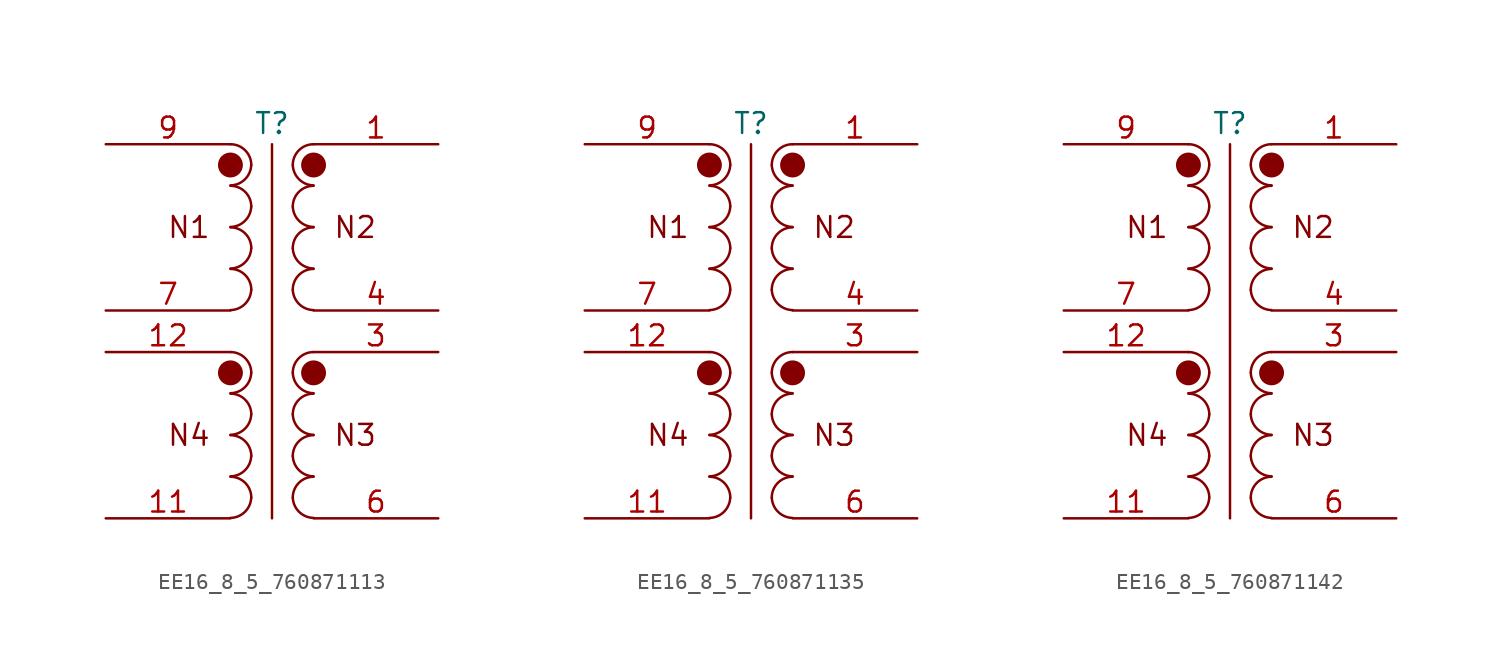
<source format=kicad_sym>
(kicad_symbol_lib
  (version 20220914)
  (generator kicad_symbol_editor)
  (symbol "EE16_8_5_760871113"
    (pin_names hide)
    (property "Reference" "T"
      (at 0 12.7 0)
      (effects (font (size 1.27 1.27))))
    (property "Critical Parameter" ""
      (at 0 -5.08 0)
      (effects (font (size 1.27 1.27)) (justify left)))
    (symbol "EE16_8_5_760871113_0_1"
      (arc (start -2.54 -11.4046) (mid -1.6561 -11.0363) (end -1.27 -10.16) (stroke (width 0) (type default)) (fill (type none)))
      (arc (start -2.54 -8.8646) (mid -1.6561 -8.4963) (end -1.27 -7.62) (stroke (width 0) (type default)) (fill (type none)))
      (arc (start -2.54 -6.3246) (mid -1.6561 -5.9563) (end -1.27 -5.08) (stroke (width 0) (type default)) (fill (type none)))
      (arc (start -2.54 -3.7846) (mid -1.6561 -3.4163) (end -1.27 -2.54) (stroke (width 0) (type default)) (fill (type none)))
      (arc (start -2.54 1.2954) (mid -1.6561 1.6637) (end -1.27 2.54) (stroke (width 0) (type default)) (fill (type none)))
      (arc (start -2.54 3.8354) (mid -1.6561 4.2037) (end -1.27 5.08) (stroke (width 0) (type default)) (fill (type none)))
      (arc (start -2.54 6.3754) (mid -1.6561 6.7437) (end -1.27 7.62) (stroke (width 0) (type default)) (fill (type none)))
      (arc (start -2.54 8.9154) (mid -1.6561 9.2837) (end -1.27 10.16) (stroke (width 0) (type default)) (fill (type none)))
      (arc (start -1.27 -10.16) (mid -1.642 -9.262) (end -2.54 -8.89) (stroke (width 0) (type default)) (fill (type none)))
      (arc (start -1.27 -7.62) (mid -1.642 -6.722) (end -2.54 -6.35) (stroke (width 0) (type default)) (fill (type none)))
      (arc (start -1.27 -5.08) (mid -1.642 -4.182) (end -2.54 -3.81) (stroke (width 0) (type default)) (fill (type none)))
      (arc (start -1.27 -2.54) (mid -1.642 -1.642) (end -2.54 -1.27) (stroke (width 0) (type default)) (fill (type none)))
      (arc (start -1.27 2.54) (mid -1.642 3.438) (end -2.54 3.81) (stroke (width 0) (type default)) (fill (type none)))
      (arc (start -1.27 5.08) (mid -1.642 5.978) (end -2.54 6.35) (stroke (width 0) (type default)) (fill (type none)))
      (arc (start -1.27 7.62) (mid -1.642 8.518) (end -2.54 8.89) (stroke (width 0) (type default)) (fill (type none)))
      (arc (start -1.27 10.16) (mid -1.642 11.058) (end -2.54 11.43) (stroke (width 0) (type default)) (fill (type none)))
      (polyline (pts (xy 0 -11.43) (xy 0 11.43)) (stroke (width 0) (type default)) (fill (type none)))
      (arc (start 1.27 -10.16) (mid 1.6561 -11.0363) (end 2.54 -11.4046) (stroke (width 0) (type default)) (fill (type none)))
      (arc (start 1.27 -7.62) (mid 1.6561 -8.4963) (end 2.54 -8.8646) (stroke (width 0) (type default)) (fill (type none)))
      (arc (start 1.27 -5.08) (mid 1.6561 -5.9563) (end 2.54 -6.3246) (stroke (width 0) (type default)) (fill (type none)))
      (arc (start 1.27 -2.54) (mid 1.6561 -3.4163) (end 2.54 -3.7846) (stroke (width 0) (type default)) (fill (type none)))
      (arc (start 1.27 2.54) (mid 1.6561 1.6637) (end 2.54 1.2954) (stroke (width 0) (type default)) (fill (type none)))
      (arc (start 1.27 5.08) (mid 1.6561 4.2037) (end 2.54 3.8354) (stroke (width 0) (type default)) (fill (type none)))
      (arc (start 1.27 7.62) (mid 1.6561 6.7437) (end 2.54 6.3754) (stroke (width 0) (type default)) (fill (type none)))
      (arc (start 1.27 10.16) (mid 1.6561 9.2837) (end 2.54 8.9154) (stroke (width 0) (type default)) (fill (type none)))
      (arc (start 2.54 -8.89) (mid 1.642 -9.262) (end 1.27 -10.16) (stroke (width 0) (type default)) (fill (type none)))
      (arc (start 2.54 -6.35) (mid 1.642 -6.722) (end 1.27 -7.62) (stroke (width 0) (type default)) (fill (type none)))
      (arc (start 2.54 -3.81) (mid 1.642 -4.182) (end 1.27 -5.08) (stroke (width 0) (type default)) (fill (type none)))
      (arc (start 2.54 -1.27) (mid 1.642 -1.642) (end 1.27 -2.54) (stroke (width 0) (type default)) (fill (type none)))
      (arc (start 2.54 3.81) (mid 1.642 3.438) (end 1.27 2.54) (stroke (width 0) (type default)) (fill (type none)))
      (arc (start 2.54 6.35) (mid 1.642 5.978) (end 1.27 5.08) (stroke (width 0) (type default)) (fill (type none)))
      (arc (start 2.54 8.89) (mid 1.642 8.518) (end 1.27 7.62) (stroke (width 0) (type default)) (fill (type none)))
      (arc (start 2.54 11.43) (mid 1.642 11.058) (end 1.27 10.16) (stroke (width 0) (type default)) (fill (type none))))
    (symbol "EE16_8_5_760871113_1_1"
      (circle (center -2.54 -2.54) (radius 0.0001) (stroke (width 0.762) (type default)) (fill (type none)))
      (circle (center -2.54 10.16) (radius 0.0001) (stroke (width 0.762) (type default)) (fill (type none)))
      (circle (center 2.54 -2.54) (radius 0.0001) (stroke (width 0.762) (type default)) (fill (type none)))
      (circle (center 2.54 10.16) (radius 0.0001) (stroke (width 0.762) (type default)) (fill (type none)))
      (text "N1" (at -5.08 6.35 0) (effects (font (size 1.27 1.27))))
      (text "N2" (at 5.08 6.35 0) (effects (font (size 1.27 1.27))))
      (text "N3" (at 5.08 -6.35 0) (effects (font (size 1.27 1.27))))
      (text "N4" (at -5.08 -6.35 0) (effects (font (size 1.27 1.27))))
      (pin passive line (at 10.16 11.43 180) (length 7.62) (name "1" (effects (font (size 1.27 1.27)))) (number "1" (effects (font (size 1.27 1.27)))))
      (pin passive line (at -10.16 -11.43 0) (length 7.62) (name "11" (effects (font (size 1.27 1.27)))) (number "11" (effects (font (size 1.27 1.27)))))
      (pin passive line (at -10.16 -1.27 0) (length 7.62) (name "12" (effects (font (size 1.27 1.27)))) (number "12" (effects (font (size 1.27 1.27)))))
      (pin passive line (at 10.16 -1.27 180) (length 7.62) (name "3" (effects (font (size 1.27 1.27)))) (number "3" (effects (font (size 1.27 1.27)))))
      (pin passive line (at 10.16 1.27 180) (length 7.62) (name "4" (effects (font (size 1.27 1.27)))) (number "4" (effects (font (size 1.27 1.27)))))
      (pin passive line (at 10.16 -11.43 180) (length 7.62) (name "6" (effects (font (size 1.27 1.27)))) (number "6" (effects (font (size 1.27 1.27)))))
      (pin passive line (at -10.16 1.27 0) (length 7.62) (name "7" (effects (font (size 1.27 1.27)))) (number "7" (effects (font (size 1.27 1.27)))))
      (pin passive line (at -10.16 11.43 0) (length 7.62) (name "9" (effects (font (size 1.27 1.27)))) (number "9" (effects (font (size 1.27 1.27)))))))
  (symbol "EE16_8_5_760871135"
    (pin_names hide)
    (property "Reference" "T"
      (at 0 12.7 0)
      (effects (font (size 1.27 1.27))))
    (property "Critical Parameter" ""
      (at 0 -5.08 0)
      (effects (font (size 1.27 1.27)) (justify left)))
    (symbol "EE16_8_5_760871135_0_1"
      (arc (start -2.54 -11.4046) (mid -1.6561 -11.0363) (end -1.27 -10.16) (stroke (width 0) (type default)) (fill (type none)))
      (arc (start -2.54 -8.8646) (mid -1.6561 -8.4963) (end -1.27 -7.62) (stroke (width 0) (type default)) (fill (type none)))
      (arc (start -2.54 -6.3246) (mid -1.6561 -5.9563) (end -1.27 -5.08) (stroke (width 0) (type default)) (fill (type none)))
      (arc (start -2.54 -3.7846) (mid -1.6561 -3.4163) (end -1.27 -2.54) (stroke (width 0) (type default)) (fill (type none)))
      (arc (start -2.54 1.2954) (mid -1.6561 1.6637) (end -1.27 2.54) (stroke (width 0) (type default)) (fill (type none)))
      (arc (start -2.54 3.8354) (mid -1.6561 4.2037) (end -1.27 5.08) (stroke (width 0) (type default)) (fill (type none)))
      (arc (start -2.54 6.3754) (mid -1.6561 6.7437) (end -1.27 7.62) (stroke (width 0) (type default)) (fill (type none)))
      (arc (start -2.54 8.9154) (mid -1.6561 9.2837) (end -1.27 10.16) (stroke (width 0) (type default)) (fill (type none)))
      (arc (start -1.27 -10.16) (mid -1.642 -9.262) (end -2.54 -8.89) (stroke (width 0) (type default)) (fill (type none)))
      (arc (start -1.27 -7.62) (mid -1.642 -6.722) (end -2.54 -6.35) (stroke (width 0) (type default)) (fill (type none)))
      (arc (start -1.27 -5.08) (mid -1.642 -4.182) (end -2.54 -3.81) (stroke (width 0) (type default)) (fill (type none)))
      (arc (start -1.27 -2.54) (mid -1.642 -1.642) (end -2.54 -1.27) (stroke (width 0) (type default)) (fill (type none)))
      (arc (start -1.27 2.54) (mid -1.642 3.438) (end -2.54 3.81) (stroke (width 0) (type default)) (fill (type none)))
      (arc (start -1.27 5.08) (mid -1.642 5.978) (end -2.54 6.35) (stroke (width 0) (type default)) (fill (type none)))
      (arc (start -1.27 7.62) (mid -1.642 8.518) (end -2.54 8.89) (stroke (width 0) (type default)) (fill (type none)))
      (arc (start -1.27 10.16) (mid -1.642 11.058) (end -2.54 11.43) (stroke (width 0) (type default)) (fill (type none)))
      (polyline (pts (xy 0 -11.43) (xy 0 11.43)) (stroke (width 0) (type default)) (fill (type none)))
      (arc (start 1.27 -10.16) (mid 1.6561 -11.0363) (end 2.54 -11.4046) (stroke (width 0) (type default)) (fill (type none)))
      (arc (start 1.27 -7.62) (mid 1.6561 -8.4963) (end 2.54 -8.8646) (stroke (width 0) (type default)) (fill (type none)))
      (arc (start 1.27 -5.08) (mid 1.6561 -5.9563) (end 2.54 -6.3246) (stroke (width 0) (type default)) (fill (type none)))
      (arc (start 1.27 -2.54) (mid 1.6561 -3.4163) (end 2.54 -3.7846) (stroke (width 0) (type default)) (fill (type none)))
      (arc (start 1.27 2.54) (mid 1.6561 1.6637) (end 2.54 1.2954) (stroke (width 0) (type default)) (fill (type none)))
      (arc (start 1.27 5.08) (mid 1.6561 4.2037) (end 2.54 3.8354) (stroke (width 0) (type default)) (fill (type none)))
      (arc (start 1.27 7.62) (mid 1.6561 6.7437) (end 2.54 6.3754) (stroke (width 0) (type default)) (fill (type none)))
      (arc (start 1.27 10.16) (mid 1.6561 9.2837) (end 2.54 8.9154) (stroke (width 0) (type default)) (fill (type none)))
      (arc (start 2.54 -8.89) (mid 1.642 -9.262) (end 1.27 -10.16) (stroke (width 0) (type default)) (fill (type none)))
      (arc (start 2.54 -6.35) (mid 1.642 -6.722) (end 1.27 -7.62) (stroke (width 0) (type default)) (fill (type none)))
      (arc (start 2.54 -3.81) (mid 1.642 -4.182) (end 1.27 -5.08) (stroke (width 0) (type default)) (fill (type none)))
      (arc (start 2.54 -1.27) (mid 1.642 -1.642) (end 1.27 -2.54) (stroke (width 0) (type default)) (fill (type none)))
      (arc (start 2.54 3.81) (mid 1.642 3.438) (end 1.27 2.54) (stroke (width 0) (type default)) (fill (type none)))
      (arc (start 2.54 6.35) (mid 1.642 5.978) (end 1.27 5.08) (stroke (width 0) (type default)) (fill (type none)))
      (arc (start 2.54 8.89) (mid 1.642 8.518) (end 1.27 7.62) (stroke (width 0) (type default)) (fill (type none)))
      (arc (start 2.54 11.43) (mid 1.642 11.058) (end 1.27 10.16) (stroke (width 0) (type default)) (fill (type none))))
    (symbol "EE16_8_5_760871135_1_1"
      (circle (center -2.54 -2.54) (radius 0.0001) (stroke (width 0.762) (type default)) (fill (type none)))
      (circle (center -2.54 10.16) (radius 0.0001) (stroke (width 0.762) (type default)) (fill (type none)))
      (circle (center 2.54 -2.54) (radius 0.0001) (stroke (width 0.762) (type default)) (fill (type none)))
      (circle (center 2.54 10.16) (radius 0.0001) (stroke (width 0.762) (type default)) (fill (type none)))
      (text "N1" (at -5.08 6.35 0) (effects (font (size 1.27 1.27))))
      (text "N2" (at 5.08 6.35 0) (effects (font (size 1.27 1.27))))
      (text "N3" (at 5.08 -6.35 0) (effects (font (size 1.27 1.27))))
      (text "N4" (at -5.08 -6.35 0) (effects (font (size 1.27 1.27))))
      (pin passive line (at 10.16 11.43 180) (length 7.62) (name "1" (effects (font (size 1.27 1.27)))) (number "1" (effects (font (size 1.27 1.27)))))
      (pin passive line (at -10.16 -11.43 0) (length 7.62) (name "11" (effects (font (size 1.27 1.27)))) (number "11" (effects (font (size 1.27 1.27)))))
      (pin passive line (at -10.16 -1.27 0) (length 7.62) (name "12" (effects (font (size 1.27 1.27)))) (number "12" (effects (font (size 1.27 1.27)))))
      (pin passive line (at 10.16 -1.27 180) (length 7.62) (name "3" (effects (font (size 1.27 1.27)))) (number "3" (effects (font (size 1.27 1.27)))))
      (pin passive line (at 10.16 1.27 180) (length 7.62) (name "4" (effects (font (size 1.27 1.27)))) (number "4" (effects (font (size 1.27 1.27)))))
      (pin passive line (at 10.16 -11.43 180) (length 7.62) (name "6" (effects (font (size 1.27 1.27)))) (number "6" (effects (font (size 1.27 1.27)))))
      (pin passive line (at -10.16 1.27 0) (length 7.62) (name "7" (effects (font (size 1.27 1.27)))) (number "7" (effects (font (size 1.27 1.27)))))
      (pin passive line (at -10.16 11.43 0) (length 7.62) (name "9" (effects (font (size 1.27 1.27)))) (number "9" (effects (font (size 1.27 1.27)))))))
  (symbol "EE16_8_5_760871142"
    (pin_names hide)
    (property "Reference" "T"
      (at 0 12.7 0)
      (effects (font (size 1.27 1.27))))
    (property "Critical Parameter" ""
      (at 0 -5.08 0)
      (effects (font (size 1.27 1.27)) (justify left)))
    (symbol "EE16_8_5_760871142_0_1"
      (arc (start -2.54 -11.4046) (mid -1.6561 -11.0363) (end -1.27 -10.16) (stroke (width 0) (type default)) (fill (type none)))
      (arc (start -2.54 -8.8646) (mid -1.6561 -8.4963) (end -1.27 -7.62) (stroke (width 0) (type default)) (fill (type none)))
      (arc (start -2.54 -6.3246) (mid -1.6561 -5.9563) (end -1.27 -5.08) (stroke (width 0) (type default)) (fill (type none)))
      (arc (start -2.54 -3.7846) (mid -1.6561 -3.4163) (end -1.27 -2.54) (stroke (width 0) (type default)) (fill (type none)))
      (arc (start -2.54 1.2954) (mid -1.6561 1.6637) (end -1.27 2.54) (stroke (width 0) (type default)) (fill (type none)))
      (arc (start -2.54 3.8354) (mid -1.6561 4.2037) (end -1.27 5.08) (stroke (width 0) (type default)) (fill (type none)))
      (arc (start -2.54 6.3754) (mid -1.6561 6.7437) (end -1.27 7.62) (stroke (width 0) (type default)) (fill (type none)))
      (arc (start -2.54 8.9154) (mid -1.6561 9.2837) (end -1.27 10.16) (stroke (width 0) (type default)) (fill (type none)))
      (arc (start -1.27 -10.16) (mid -1.642 -9.262) (end -2.54 -8.89) (stroke (width 0) (type default)) (fill (type none)))
      (arc (start -1.27 -7.62) (mid -1.642 -6.722) (end -2.54 -6.35) (stroke (width 0) (type default)) (fill (type none)))
      (arc (start -1.27 -5.08) (mid -1.642 -4.182) (end -2.54 -3.81) (stroke (width 0) (type default)) (fill (type none)))
      (arc (start -1.27 -2.54) (mid -1.642 -1.642) (end -2.54 -1.27) (stroke (width 0) (type default)) (fill (type none)))
      (arc (start -1.27 2.54) (mid -1.642 3.438) (end -2.54 3.81) (stroke (width 0) (type default)) (fill (type none)))
      (arc (start -1.27 5.08) (mid -1.642 5.978) (end -2.54 6.35) (stroke (width 0) (type default)) (fill (type none)))
      (arc (start -1.27 7.62) (mid -1.642 8.518) (end -2.54 8.89) (stroke (width 0) (type default)) (fill (type none)))
      (arc (start -1.27 10.16) (mid -1.642 11.058) (end -2.54 11.43) (stroke (width 0) (type default)) (fill (type none)))
      (polyline (pts (xy 0 -11.43) (xy 0 11.43)) (stroke (width 0) (type default)) (fill (type none)))
      (arc (start 1.27 -10.16) (mid 1.6561 -11.0363) (end 2.54 -11.4046) (stroke (width 0) (type default)) (fill (type none)))
      (arc (start 1.27 -7.62) (mid 1.6561 -8.4963) (end 2.54 -8.8646) (stroke (width 0) (type default)) (fill (type none)))
      (arc (start 1.27 -5.08) (mid 1.6561 -5.9563) (end 2.54 -6.3246) (stroke (width 0) (type default)) (fill (type none)))
      (arc (start 1.27 -2.54) (mid 1.6561 -3.4163) (end 2.54 -3.7846) (stroke (width 0) (type default)) (fill (type none)))
      (arc (start 1.27 2.54) (mid 1.6561 1.6637) (end 2.54 1.2954) (stroke (width 0) (type default)) (fill (type none)))
      (arc (start 1.27 5.08) (mid 1.6561 4.2037) (end 2.54 3.8354) (stroke (width 0) (type default)) (fill (type none)))
      (arc (start 1.27 7.62) (mid 1.6561 6.7437) (end 2.54 6.3754) (stroke (width 0) (type default)) (fill (type none)))
      (arc (start 1.27 10.16) (mid 1.6561 9.2837) (end 2.54 8.9154) (stroke (width 0) (type default)) (fill (type none)))
      (arc (start 2.54 -8.89) (mid 1.642 -9.262) (end 1.27 -10.16) (stroke (width 0) (type default)) (fill (type none)))
      (arc (start 2.54 -6.35) (mid 1.642 -6.722) (end 1.27 -7.62) (stroke (width 0) (type default)) (fill (type none)))
      (arc (start 2.54 -3.81) (mid 1.642 -4.182) (end 1.27 -5.08) (stroke (width 0) (type default)) (fill (type none)))
      (arc (start 2.54 -1.27) (mid 1.642 -1.642) (end 1.27 -2.54) (stroke (width 0) (type default)) (fill (type none)))
      (arc (start 2.54 3.81) (mid 1.642 3.438) (end 1.27 2.54) (stroke (width 0) (type default)) (fill (type none)))
      (arc (start 2.54 6.35) (mid 1.642 5.978) (end 1.27 5.08) (stroke (width 0) (type default)) (fill (type none)))
      (arc (start 2.54 8.89) (mid 1.642 8.518) (end 1.27 7.62) (stroke (width 0) (type default)) (fill (type none)))
      (arc (start 2.54 11.43) (mid 1.642 11.058) (end 1.27 10.16) (stroke (width 0) (type default)) (fill (type none))))
    (symbol "EE16_8_5_760871142_1_1"
      (circle (center -2.54 -2.54) (radius 0.0001) (stroke (width 0.762) (type default)) (fill (type none)))
      (circle (center -2.54 10.16) (radius 0.0001) (stroke (width 0.762) (type default)) (fill (type none)))
      (circle (center 2.54 -2.54) (radius 0.0001) (stroke (width 0.762) (type default)) (fill (type none)))
      (circle (center 2.54 10.16) (radius 0.0001) (stroke (width 0.762) (type default)) (fill (type none)))
      (text "N1" (at -5.08 6.35 0) (effects (font (size 1.27 1.27))))
      (text "N2" (at 5.08 6.35 0) (effects (font (size 1.27 1.27))))
      (text "N3" (at 5.08 -6.35 0) (effects (font (size 1.27 1.27))))
      (text "N4" (at -5.08 -6.35 0) (effects (font (size 1.27 1.27))))
      (pin passive line (at 10.16 11.43 180) (length 7.62) (name "1" (effects (font (size 1.27 1.27)))) (number "1" (effects (font (size 1.27 1.27)))))
      (pin passive line (at -10.16 -11.43 0) (length 7.62) (name "11" (effects (font (size 1.27 1.27)))) (number "11" (effects (font (size 1.27 1.27)))))
      (pin passive line (at -10.16 -1.27 0) (length 7.62) (name "12" (effects (font (size 1.27 1.27)))) (number "12" (effects (font (size 1.27 1.27)))))
      (pin passive line (at 10.16 -1.27 180) (length 7.62) (name "3" (effects (font (size 1.27 1.27)))) (number "3" (effects (font (size 1.27 1.27)))))
      (pin passive line (at 10.16 1.27 180) (length 7.62) (name "4" (effects (font (size 1.27 1.27)))) (number "4" (effects (font (size 1.27 1.27)))))
      (pin passive line (at 10.16 -11.43 180) (length 7.62) (name "6" (effects (font (size 1.27 1.27)))) (number "6" (effects (font (size 1.27 1.27)))))
      (pin passive line (at -10.16 1.27 0) (length 7.62) (name "7" (effects (font (size 1.27 1.27)))) (number "7" (effects (font (size 1.27 1.27)))))
      (pin passive line (at -10.16 11.43 0) (length 7.62) (name "9" (effects (font (size 1.27 1.27)))) (number "9" (effects (font (size 1.27 1.27))))))))
</source>
